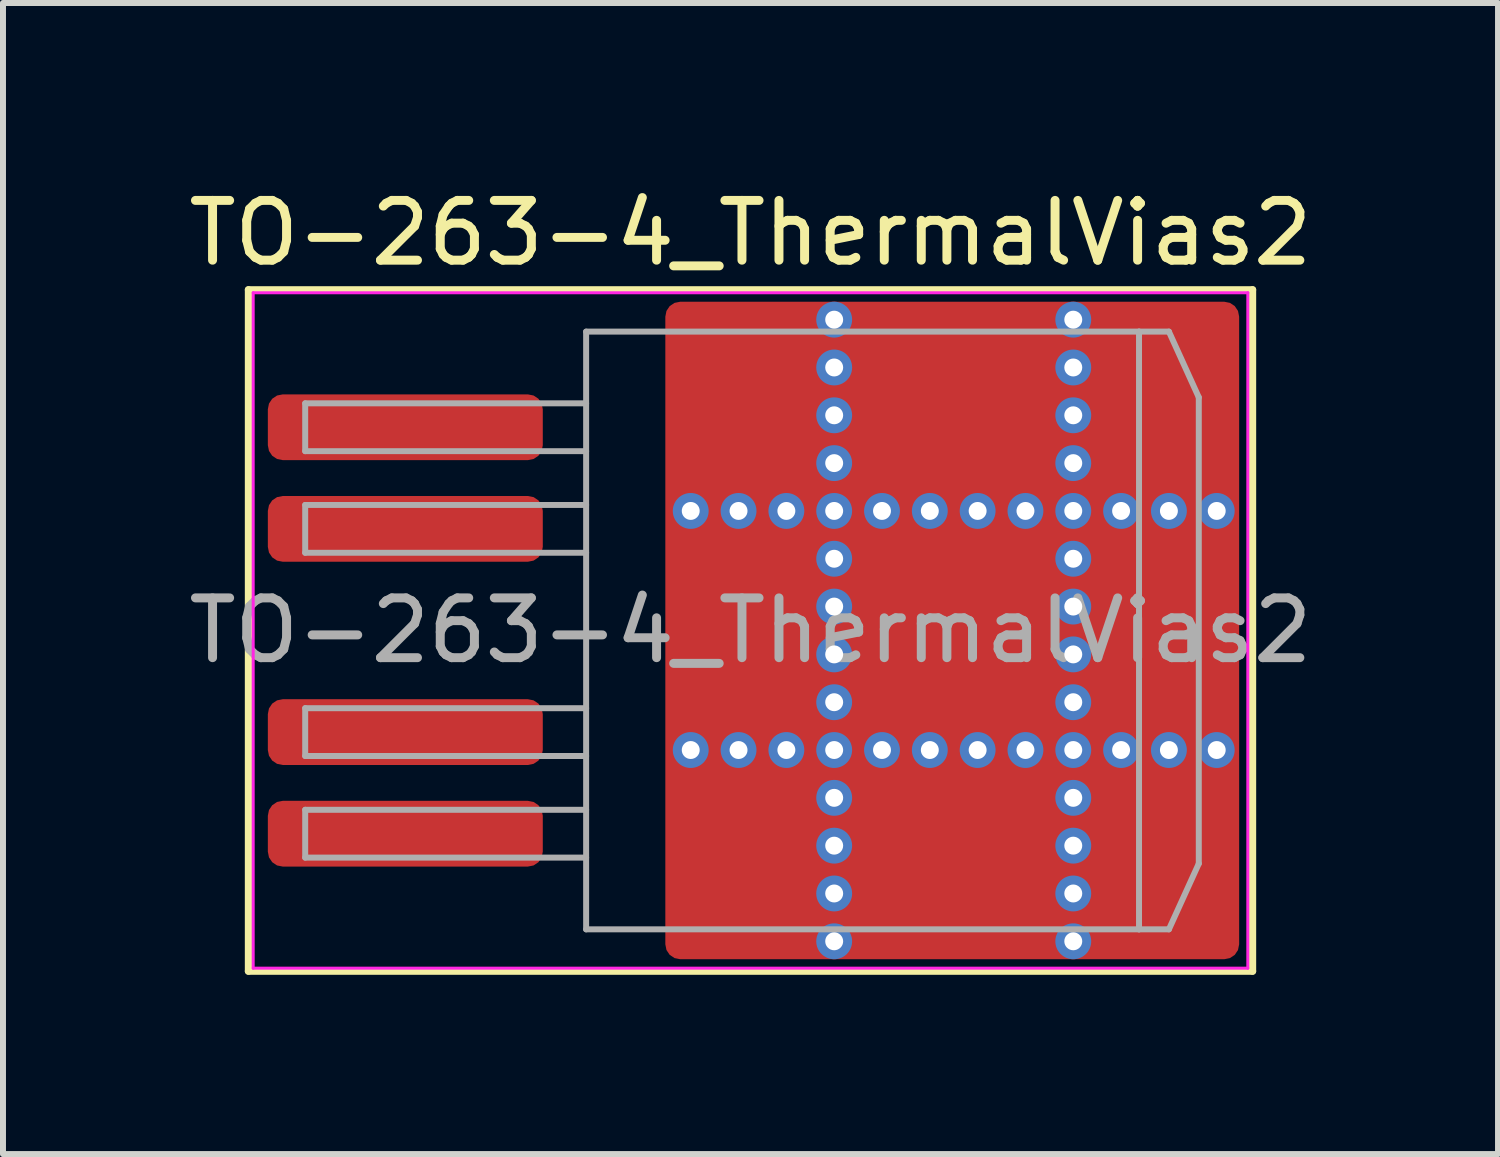
<source format=kicad_pcb>
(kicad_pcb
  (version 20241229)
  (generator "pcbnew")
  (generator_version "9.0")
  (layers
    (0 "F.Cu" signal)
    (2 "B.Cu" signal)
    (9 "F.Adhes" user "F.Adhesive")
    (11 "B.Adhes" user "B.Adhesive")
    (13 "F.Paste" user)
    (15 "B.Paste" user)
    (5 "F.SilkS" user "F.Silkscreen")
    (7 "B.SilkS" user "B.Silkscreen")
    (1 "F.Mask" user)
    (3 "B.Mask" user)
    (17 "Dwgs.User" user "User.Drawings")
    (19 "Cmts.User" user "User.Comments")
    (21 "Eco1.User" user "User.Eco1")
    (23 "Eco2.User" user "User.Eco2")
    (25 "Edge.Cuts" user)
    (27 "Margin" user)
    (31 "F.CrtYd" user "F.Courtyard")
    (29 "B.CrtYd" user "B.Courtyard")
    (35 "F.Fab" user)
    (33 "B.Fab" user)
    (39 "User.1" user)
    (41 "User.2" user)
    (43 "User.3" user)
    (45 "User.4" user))
  (footprint "TO-263-4_ThermalVias2"
    (layer "F.Cu")
    (at 9.506 7.498)
    (property "Reference" "TO-263-4_ThermalVias2" (at 0 -6.65 0) (layer "F.SilkS") (effects (font (size 1 1) (thickness 0.15))))
    (attr smd)
    (fp_line (start -8.4 -5.7) (end -8.4 5.7) (stroke (width 0.12) (type solid)) (layer "F.SilkS"))
    (fp_line (start -8.4 5.7) (end 8.4 5.7) (stroke (width 0.12) (type solid)) (layer "F.SilkS"))
    (fp_line (start 8.4 -5.7) (end -8.4 -5.7) (stroke (width 0.12) (type solid)) (layer "F.SilkS"))
    (fp_line (start 8.4 5.7) (end 8.4 -5.7) (stroke (width 0.12) (type solid)) (layer "F.SilkS"))
    (fp_line (start -8.32 -5.65) (end -8.32 5.65) (stroke (width 0.05) (type solid)) (layer "F.CrtYd"))
    (fp_line (start -8.32 5.65) (end 8.32 5.65) (stroke (width 0.05) (type solid)) (layer "F.CrtYd"))
    (fp_line (start 8.32 -5.65) (end -8.32 -5.65) (stroke (width 0.05) (type solid)) (layer "F.CrtYd"))
    (fp_line (start 8.32 5.65) (end 8.32 -5.65) (stroke (width 0.05) (type solid)) (layer "F.CrtYd"))
    (fp_line (start -7.45 -3.8) (end -7.45 -3) (stroke (width 0.1) (type solid)) (layer "F.Fab"))
    (fp_line (start -7.45 -3) (end -2.75 -3) (stroke (width 0.1) (type solid)) (layer "F.Fab"))
    (fp_line (start -7.45 -2.1) (end -7.45 -1.3) (stroke (width 0.1) (type solid)) (layer "F.Fab"))
    (fp_line (start -7.45 -1.3) (end -2.75 -1.3) (stroke (width 0.1) (type solid)) (layer "F.Fab"))
    (fp_line (start -7.45 1.3) (end -7.45 2.1) (stroke (width 0.1) (type solid)) (layer "F.Fab"))
    (fp_line (start -7.45 2.1) (end -2.75 2.1) (stroke (width 0.1) (type solid)) (layer "F.Fab"))
    (fp_line (start -7.45 3) (end -7.45 3.8) (stroke (width 0.1) (type solid)) (layer "F.Fab"))
    (fp_line (start -7.45 3.8) (end -2.75 3.8) (stroke (width 0.1) (type solid)) (layer "F.Fab"))
    (fp_line (start -2.75 -5) (end 6.5 -5) (stroke (width 0.1) (type solid)) (layer "F.Fab"))
    (fp_line (start -2.75 -3.8) (end -7.45 -3.8) (stroke (width 0.1) (type solid)) (layer "F.Fab"))
    (fp_line (start -2.75 -2.1) (end -7.45 -2.1) (stroke (width 0.1) (type solid)) (layer "F.Fab"))
    (fp_line (start -2.75 1.3) (end -7.45 1.3) (stroke (width 0.1) (type solid)) (layer "F.Fab"))
    (fp_line (start -2.75 3) (end -7.45 3) (stroke (width 0.1) (type solid)) (layer "F.Fab"))
    (fp_line (start -2.75 5) (end -2.75 -5) (stroke (width 0.1) (type solid)) (layer "F.Fab"))
    (fp_line (start 6.5 -5) (end 6.5 5) (stroke (width 0.1) (type solid)) (layer "F.Fab"))
    (fp_line (start 6.5 -5) (end 7 -5) (stroke (width 0.1) (type solid)) (layer "F.Fab"))
    (fp_line (start 6.5 5) (end -2.75 5) (stroke (width 0.1) (type solid)) (layer "F.Fab"))
    (fp_line (start 6.5 5) (end 7 5) (stroke (width 0.1) (type solid)) (layer "F.Fab"))
    (fp_line (start 7 -5) (end 7.5 -3.9) (stroke (width 0.1) (type solid)) (layer "F.Fab"))
    (fp_line (start 7 5) (end 7.5 3.9) (stroke (width 0.1) (type solid)) (layer "F.Fab"))
    (fp_line (start 7.5 -3.9) (end 7.5 3.9) (stroke (width 0.1) (type solid)) (layer "F.Fab"))
    (fp_text user "${REFERENCE}" (at 0 0 0) (layer "F.Fab") (effects (font (size 1 1) (thickness 0.15))))
    (pad "" smd roundrect (at -0.675 -4.6 90) (size 1.2 0.95) (layers "F.Paste") (roundrect_rratio 0.25))
    (pad "" smd roundrect (at -0.675 -3.1 90) (size 1.2 0.95) (layers "F.Paste") (roundrect_rratio 0.25))
    (pad "" smd roundrect (at -0.675 -0.85 90) (size 1.3 0.95) (layers "F.Paste") (roundrect_rratio 0.25))
    (pad "" smd roundrect (at -0.675 0.85 90) (size 1.3 0.95) (layers "F.Paste") (roundrect_rratio 0.25))
    (pad "" smd roundrect (at -0.675 3.1 90) (size 1.2 0.95) (layers "F.Paste") (roundrect_rratio 0.25))
    (pad "" smd roundrect (at -0.675 4.6 90) (size 1.2 0.95) (layers "F.Paste") (roundrect_rratio 0.25))
    (pad "" smd roundrect (at -0.113 -3.85 90) (size 3.1 2.425) (layers "F.Mask") (roundrect_rratio 0.103))
    (pad "" smd roundrect (at -0.113 0 90) (size 3.4 2.425) (layers "F.Mask") (roundrect_rratio 0.103))
    (pad "" smd roundrect (at -0.113 3.85 90) (size 3.1 2.425) (layers "F.Mask") (roundrect_rratio 0.103))
    (pad "" smd roundrect (at 0.475 -4.6 90) (size 1.2 0.95) (layers "F.Paste") (roundrect_rratio 0.25))
    (pad "" smd roundrect (at 0.475 -3.1 90) (size 1.2 0.95) (layers "F.Paste") (roundrect_rratio 0.25))
    (pad "" smd roundrect (at 0.475 -0.85 90) (size 1.3 0.95) (layers "F.Paste") (roundrect_rratio 0.25))
    (pad "" smd roundrect (at 0.475 0.85 90) (size 1.3 0.95) (layers "F.Paste") (roundrect_rratio 0.25))
    (pad "" smd roundrect (at 0.475 3.1 90) (size 1.2 0.95) (layers "F.Paste") (roundrect_rratio 0.25))
    (pad "" smd roundrect (at 0.475 4.6 90) (size 1.2 0.95) (layers "F.Paste") (roundrect_rratio 0.25))
    (pad "" smd roundrect (at 2.55 -4.6 90) (size 1.2 1.3) (layers "F.Paste") (roundrect_rratio 0.208))
    (pad "" smd roundrect (at 2.55 -3.1 90) (size 1.2 1.3) (layers "F.Paste") (roundrect_rratio 0.208))
    (pad "" smd roundrect (at 2.55 -0.85 90) (size 1.3 1.3) (layers "F.Paste") (roundrect_rratio 0.192))
    (pad "" smd roundrect (at 2.55 0.85 90) (size 1.3 1.3) (layers "F.Paste") (roundrect_rratio 0.192))
    (pad "" smd roundrect (at 2.55 3.1 90) (size 1.2 1.3) (layers "F.Paste") (roundrect_rratio 0.208))
    (pad "" smd roundrect (at 2.55 4.6 90) (size 1.2 1.3) (layers "F.Paste") (roundrect_rratio 0.208))
    (pad "" smd roundrect (at 3.4 -3.85 90) (size 3.1 3.4) (layers "F.Mask") (roundrect_rratio 0.081))
    (pad "" smd roundrect (at 3.4 0 90) (size 3.4 3.4) (layers "F.Mask") (roundrect_rratio 0.074))
    (pad "" smd roundrect (at 3.4 3.85 90) (size 3.1 3.4) (layers "F.Mask") (roundrect_rratio 0.081))
    (pad "" smd roundrect (at 4.25 -4.6 90) (size 1.2 1.3) (layers "F.Paste") (roundrect_rratio 0.208))
    (pad "" smd roundrect (at 4.25 -3.1 90) (size 1.2 1.3) (layers "F.Paste") (roundrect_rratio 0.208))
    (pad "" smd roundrect (at 4.25 -0.85 90) (size 1.3 1.3) (layers "F.Paste") (roundrect_rratio 0.192))
    (pad "" smd roundrect (at 4.25 0.85 90) (size 1.3 1.3) (layers "F.Paste") (roundrect_rratio 0.192))
    (pad "" smd roundrect (at 4.25 3.1 90) (size 1.2 1.3) (layers "F.Paste") (roundrect_rratio 0.208))
    (pad "" smd roundrect (at 4.25 4.6 90) (size 1.2 1.3) (layers "F.Paste") (roundrect_rratio 0.208))
    (pad "" smd roundrect (at 6.325 -4.6 90) (size 1.2 0.95) (layers "F.Paste") (roundrect_rratio 0.25))
    (pad "" smd roundrect (at 6.325 -3.1 90) (size 1.2 0.95) (layers "F.Paste") (roundrect_rratio 0.25))
    (pad "" smd roundrect (at 6.325 -0.85 90) (size 1.3 0.95) (layers "F.Paste") (roundrect_rratio 0.25))
    (pad "" smd roundrect (at 6.325 0.85 90) (size 1.3 0.95) (layers "F.Paste") (roundrect_rratio 0.25))
    (pad "" smd roundrect (at 6.325 3.1 90) (size 1.2 0.95) (layers "F.Paste") (roundrect_rratio 0.25))
    (pad "" smd roundrect (at 6.325 4.6 90) (size 1.2 0.95) (layers "F.Paste") (roundrect_rratio 0.25))
    (pad "" smd roundrect (at 6.888 -3.85 90) (size 3.1 2.375) (layers "F.Mask") (roundrect_rratio 0.105))
    (pad "" smd roundrect (at 6.888 0 90) (size 3.4 2.375) (layers "F.Mask") (roundrect_rratio 0.105))
    (pad "" smd roundrect (at 6.888 3.85 90) (size 3.1 2.375) (layers "F.Mask") (roundrect_rratio 0.105))
    (pad "" smd roundrect (at 7.475 -4.6 90) (size 1.2 0.95) (layers "F.Paste") (roundrect_rratio 0.25))
    (pad "" smd roundrect (at 7.475 -3.1 90) (size 1.2 0.95) (layers "F.Paste") (roundrect_rratio 0.25))
    (pad "" smd roundrect (at 7.475 -0.85 90) (size 1.3 0.95) (layers "F.Paste") (roundrect_rratio 0.25))
    (pad "" smd roundrect (at 7.475 0.85 90) (size 1.3 0.95) (layers "F.Paste") (roundrect_rratio 0.25))
    (pad "" smd roundrect (at 7.475 3.1 90) (size 1.2 0.95) (layers "F.Paste") (roundrect_rratio 0.25))
    (pad "" smd roundrect (at 7.475 4.6 90) (size 1.2 0.95) (layers "F.Paste") (roundrect_rratio 0.25))
    (pad "1" smd roundrect (at -5.775 -3.4) (size 4.6 1.1) (layers "F.Cu" "F.Mask" "F.Paste") (roundrect_rratio 0.227))
    (pad "2" smd roundrect (at -5.775 -1.7) (size 4.6 1.1) (layers "F.Cu" "F.Mask" "F.Paste") (roundrect_rratio 0.227))
    (pad "3" thru_hole circle (at -1 -2) (size 0.6 0.6) (drill 0.3) (property pad_prop_heatsink) (layers "*.Cu" "*.Mask"))
    (pad "3" thru_hole circle (at -1 2) (size 0.6 0.6) (drill 0.3) (property pad_prop_heatsink) (layers "*.Cu" "*.Mask"))
    (pad "3" thru_hole circle (at -0.2 -2) (size 0.6 0.6) (drill 0.3) (property pad_prop_heatsink) (layers "*.Cu" "*.Mask"))
    (pad "3" thru_hole circle (at -0.2 2) (size 0.6 0.6) (drill 0.3) (property pad_prop_heatsink) (layers "*.Cu" "*.Mask"))
    (pad "3" thru_hole circle (at 0.6 -2) (size 0.6 0.6) (drill 0.3) (property pad_prop_heatsink) (layers "*.Cu" "*.Mask"))
    (pad "3" thru_hole circle (at 0.6 2) (size 0.6 0.6) (drill 0.3) (property pad_prop_heatsink) (layers "*.Cu" "*.Mask"))
    (pad "3" thru_hole circle (at 1.4 -5.2) (size 0.6 0.6) (drill 0.3) (property pad_prop_heatsink) (layers "*.Cu" "*.Mask"))
    (pad "3" thru_hole circle (at 1.4 -4.4) (size 0.6 0.6) (drill 0.3) (property pad_prop_heatsink) (layers "*.Cu" "*.Mask"))
    (pad "3" thru_hole circle (at 1.4 -3.6) (size 0.6 0.6) (drill 0.3) (property pad_prop_heatsink) (layers "*.Cu" "*.Mask"))
    (pad "3" thru_hole circle (at 1.4 -2.8) (size 0.6 0.6) (drill 0.3) (property pad_prop_heatsink) (layers "*.Cu" "*.Mask"))
    (pad "3" thru_hole circle (at 1.4 -2) (size 0.6 0.6) (drill 0.3) (property pad_prop_heatsink) (layers "*.Cu" "*.Mask"))
    (pad "3" thru_hole circle (at 1.4 -1.2) (size 0.6 0.6) (drill 0.3) (property pad_prop_heatsink) (layers "*.Cu" "*.Mask"))
    (pad "3" thru_hole circle (at 1.4 -0.4) (size 0.6 0.6) (drill 0.3) (property pad_prop_heatsink) (layers "*.Cu" "*.Mask"))
    (pad "3" thru_hole circle (at 1.4 0.4) (size 0.6 0.6) (drill 0.3) (property pad_prop_heatsink) (layers "*.Cu" "*.Mask"))
    (pad "3" thru_hole circle (at 1.4 1.2) (size 0.6 0.6) (drill 0.3) (property pad_prop_heatsink) (layers "*.Cu" "*.Mask"))
    (pad "3" thru_hole circle (at 1.4 2) (size 0.6 0.6) (drill 0.3) (property pad_prop_heatsink) (layers "*.Cu" "*.Mask"))
    (pad "3" thru_hole circle (at 1.4 2.8) (size 0.6 0.6) (drill 0.3) (property pad_prop_heatsink) (layers "*.Cu" "*.Mask"))
    (pad "3" thru_hole circle (at 1.4 3.6) (size 0.6 0.6) (drill 0.3) (property pad_prop_heatsink) (layers "*.Cu" "*.Mask"))
    (pad "3" thru_hole circle (at 1.4 4.4) (size 0.6 0.6) (drill 0.3) (property pad_prop_heatsink) (layers "*.Cu" "*.Mask"))
    (pad "3" thru_hole circle (at 1.4 5.2) (size 0.6 0.6) (drill 0.3) (property pad_prop_heatsink) (layers "*.Cu" "*.Mask"))
    (pad "3" thru_hole circle (at 2.2 -2) (size 0.6 0.6) (drill 0.3) (property pad_prop_heatsink) (layers "*.Cu" "*.Mask"))
    (pad "3" thru_hole circle (at 2.2 2) (size 0.6 0.6) (drill 0.3) (property pad_prop_heatsink) (layers "*.Cu" "*.Mask"))
    (pad "3" thru_hole circle (at 3 -2) (size 0.6 0.6) (drill 0.3) (property pad_prop_heatsink) (layers "*.Cu" "*.Mask"))
    (pad "3" thru_hole circle (at 3 2) (size 0.6 0.6) (drill 0.3) (property pad_prop_heatsink) (layers "*.Cu" "*.Mask"))
    (pad "3" smd roundrect (at 3.375 0) (size 9.6 11) (layers "F.Cu") (roundrect_rratio 0.026))
    (pad "3" thru_hole circle (at 3.8 -2) (size 0.6 0.6) (drill 0.3) (property pad_prop_heatsink) (layers "*.Cu" "*.Mask"))
    (pad "3" thru_hole circle (at 3.8 2) (size 0.6 0.6) (drill 0.3) (property pad_prop_heatsink) (layers "*.Cu" "*.Mask"))
    (pad "3" thru_hole circle (at 4.6 -2) (size 0.6 0.6) (drill 0.3) (property pad_prop_heatsink) (layers "*.Cu" "*.Mask"))
    (pad "3" thru_hole circle (at 4.6 2) (size 0.6 0.6) (drill 0.3) (property pad_prop_heatsink) (layers "*.Cu" "*.Mask"))
    (pad "3" thru_hole circle (at 5.4 -5.2) (size 0.6 0.6) (drill 0.3) (property pad_prop_heatsink) (layers "*.Cu" "*.Mask"))
    (pad "3" thru_hole circle (at 5.4 -4.4) (size 0.6 0.6) (drill 0.3) (property pad_prop_heatsink) (layers "*.Cu" "*.Mask"))
    (pad "3" thru_hole circle (at 5.4 -3.6) (size 0.6 0.6) (drill 0.3) (property pad_prop_heatsink) (layers "*.Cu" "*.Mask"))
    (pad "3" thru_hole circle (at 5.4 -2.8) (size 0.6 0.6) (drill 0.3) (property pad_prop_heatsink) (layers "*.Cu" "*.Mask"))
    (pad "3" thru_hole circle (at 5.4 -2) (size 0.6 0.6) (drill 0.3) (property pad_prop_heatsink) (layers "*.Cu" "*.Mask"))
    (pad "3" thru_hole circle (at 5.4 -1.2) (size 0.6 0.6) (drill 0.3) (property pad_prop_heatsink) (layers "*.Cu" "*.Mask"))
    (pad "3" thru_hole circle (at 5.4 -0.4) (size 0.6 0.6) (drill 0.3) (property pad_prop_heatsink) (layers "*.Cu" "*.Mask"))
    (pad "3" thru_hole circle (at 5.4 0.4) (size 0.6 0.6) (drill 0.3) (property pad_prop_heatsink) (layers "*.Cu" "*.Mask"))
    (pad "3" thru_hole circle (at 5.4 1.2) (size 0.6 0.6) (drill 0.3) (property pad_prop_heatsink) (layers "*.Cu" "*.Mask"))
    (pad "3" thru_hole circle (at 5.4 2) (size 0.6 0.6) (drill 0.3) (property pad_prop_heatsink) (layers "*.Cu" "*.Mask"))
    (pad "3" thru_hole circle (at 5.4 2.8) (size 0.6 0.6) (drill 0.3) (property pad_prop_heatsink) (layers "*.Cu" "*.Mask"))
    (pad "3" thru_hole circle (at 5.4 3.6) (size 0.6 0.6) (drill 0.3) (property pad_prop_heatsink) (layers "*.Cu" "*.Mask"))
    (pad "3" thru_hole circle (at 5.4 4.4) (size 0.6 0.6) (drill 0.3) (property pad_prop_heatsink) (layers "*.Cu" "*.Mask"))
    (pad "3" thru_hole circle (at 5.4 5.2) (size 0.6 0.6) (drill 0.3) (property pad_prop_heatsink) (layers "*.Cu" "*.Mask"))
    (pad "3" thru_hole circle (at 6.2 -2) (size 0.6 0.6) (drill 0.3) (property pad_prop_heatsink) (layers "*.Cu" "*.Mask"))
    (pad "3" thru_hole circle (at 6.2 2) (size 0.6 0.6) (drill 0.3) (property pad_prop_heatsink) (layers "*.Cu" "*.Mask"))
    (pad "3" thru_hole circle (at 7 -2) (size 0.6 0.6) (drill 0.3) (property pad_prop_heatsink) (layers "*.Cu" "*.Mask"))
    (pad "3" thru_hole circle (at 7 2) (size 0.6 0.6) (drill 0.3) (property pad_prop_heatsink) (layers "*.Cu" "*.Mask"))
    (pad "3" thru_hole circle (at 7.8 -2) (size 0.6 0.6) (drill 0.3) (property pad_prop_heatsink) (layers "*.Cu" "*.Mask"))
    (pad "3" thru_hole circle (at 7.8 2) (size 0.6 0.6) (drill 0.3) (property pad_prop_heatsink) (layers "*.Cu" "*.Mask"))
    (pad "4" smd roundrect (at -5.775 1.7) (size 4.6 1.1) (layers "F.Cu" "F.Mask" "F.Paste") (roundrect_rratio 0.227))
    (pad "5" smd roundrect (at -5.775 3.4) (size 4.6 1.1) (layers "F.Cu" "F.Mask" "F.Paste") (roundrect_rratio 0.227)))
  (gr_rect
    (start -3 -3)
    (end 22.012 16.258)
    (stroke (width 0.1) (type default))
    (fill no)
    (layer "Edge.Cuts")))
</source>
